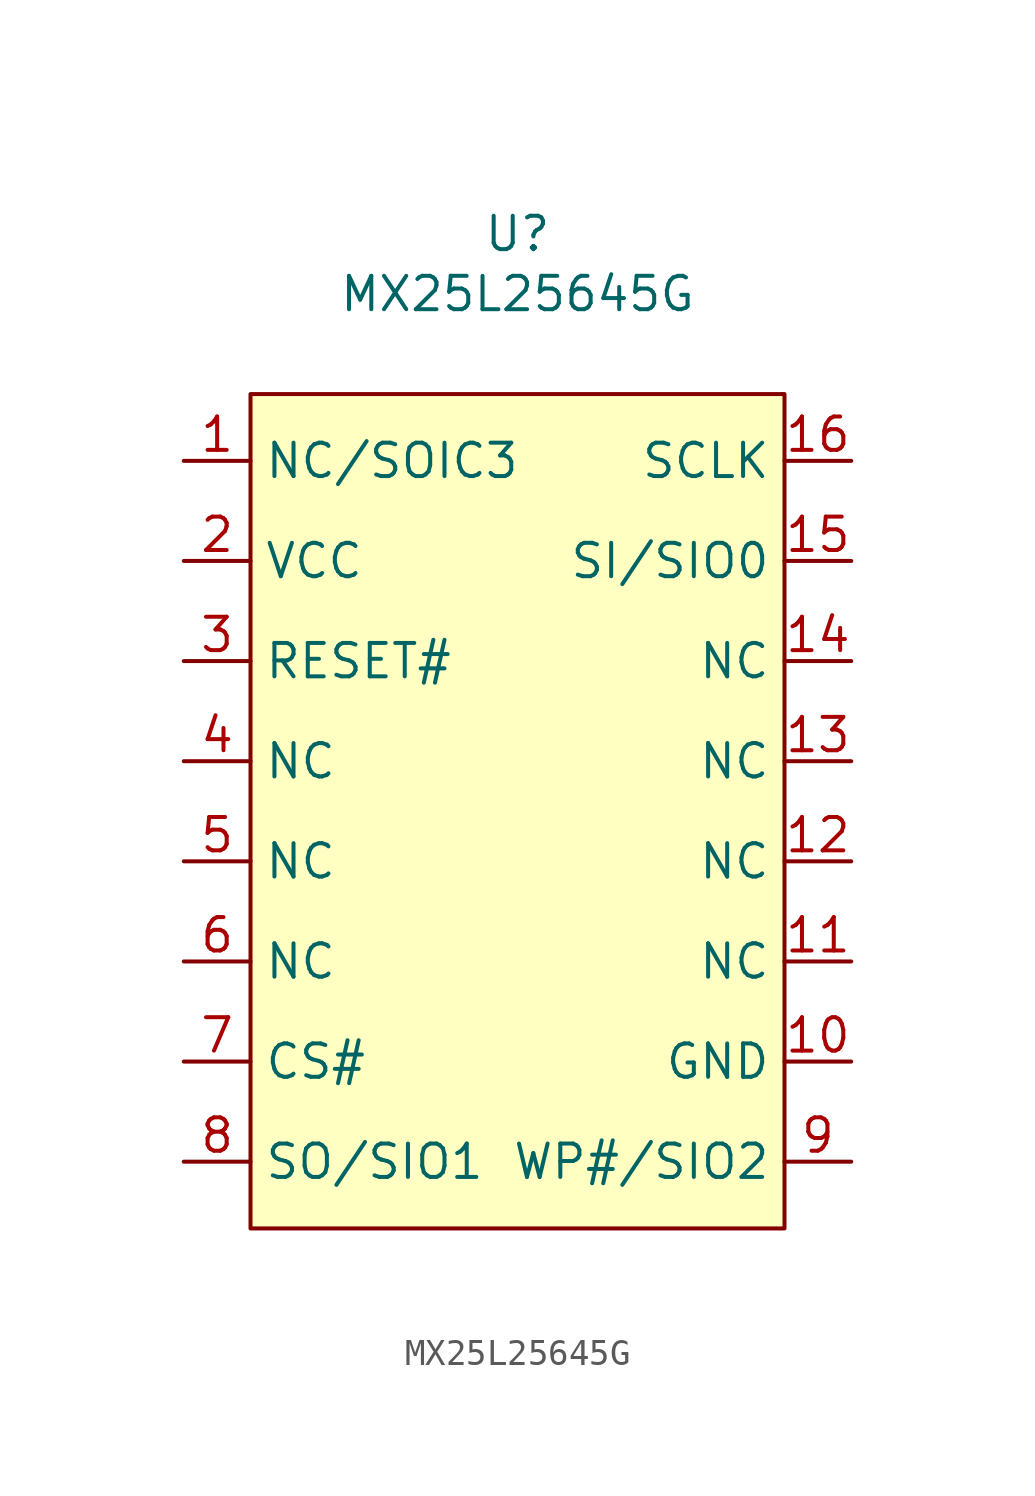
<source format=kicad_sym>
(kicad_symbol_lib
  (version 20241209)
  (generator "kicad_symbol_editor")
  (generator_version "9.0")
  (symbol "MX25L25645G"
    (property "Reference" "U"
      (at 0 2.286 0)
      (effects (font (size 1.27 1.27))))
    (property "Value" "MX25L25645G"
      (at 0 0 0)
      (effects (font (size 1.27 1.27))))
    (symbol "MX25L25645G_0_1"
      (rectangle (start -10.16 -3.81) (end 10.16 -35.56) (stroke (width 0) (type default)) (fill (type background))))
    (symbol "MX25L25645G_1_1"
      (pin input line (at -12.7 -6.35 0) (length 2.54) (name "NC/SOIC3" (effects (font (size 1.27 1.27)))) (number "1" (effects (font (size 1.27 1.27)))))
      (pin input line (at -12.7 -10.16 0) (length 2.54) (name "VCC" (effects (font (size 1.27 1.27)))) (number "2" (effects (font (size 1.27 1.27)))))
      (pin input line (at -12.7 -13.97 0) (length 2.54) (name "RESET#" (effects (font (size 1.27 1.27)))) (number "3" (effects (font (size 1.27 1.27)))))
      (pin input line (at -12.7 -17.78 0) (length 2.54) (name "NC" (effects (font (size 1.27 1.27)))) (number "4" (effects (font (size 1.27 1.27)))))
      (pin input line (at -12.7 -21.59 0) (length 2.54) (name "NC" (effects (font (size 1.27 1.27)))) (number "5" (effects (font (size 1.27 1.27)))))
      (pin input line (at -12.7 -25.4 0) (length 2.54) (name "NC" (effects (font (size 1.27 1.27)))) (number "6" (effects (font (size 1.27 1.27)))))
      (pin input line (at -12.7 -29.21 0) (length 2.54) (name "CS#" (effects (font (size 1.27 1.27)))) (number "7" (effects (font (size 1.27 1.27)))))
      (pin input line (at -12.7 -33.02 0) (length 2.54) (name "SO/SIO1" (effects (font (size 1.27 1.27)))) (number "8" (effects (font (size 1.27 1.27)))))
      (pin input line (at 12.7 -6.35 180) (length 2.54) (name "SCLK" (effects (font (size 1.27 1.27)))) (number "16" (effects (font (size 1.27 1.27)))))
      (pin input line (at 12.7 -10.16 180) (length 2.54) (name "SI/SIO0" (effects (font (size 1.27 1.27)))) (number "15" (effects (font (size 1.27 1.27)))))
      (pin input line (at 12.7 -13.97 180) (length 2.54) (name "NC" (effects (font (size 1.27 1.27)))) (number "14" (effects (font (size 1.27 1.27)))))
      (pin input line (at 12.7 -17.78 180) (length 2.54) (name "NC" (effects (font (size 1.27 1.27)))) (number "13" (effects (font (size 1.27 1.27)))))
      (pin input line (at 12.7 -21.59 180) (length 2.54) (name "NC" (effects (font (size 1.27 1.27)))) (number "12" (effects (font (size 1.27 1.27)))))
      (pin input line (at 12.7 -25.4 180) (length 2.54) (name "NC" (effects (font (size 1.27 1.27)))) (number "11" (effects (font (size 1.27 1.27)))))
      (pin input line (at 12.7 -29.21 180) (length 2.54) (name "GND" (effects (font (size 1.27 1.27)))) (number "10" (effects (font (size 1.27 1.27)))))
      (pin input line (at 12.7 -33.02 180) (length 2.54) (name "WP#/SIO2" (effects (font (size 1.27 1.27)))) (number "9" (effects (font (size 1.27 1.27))))))))
</source>
